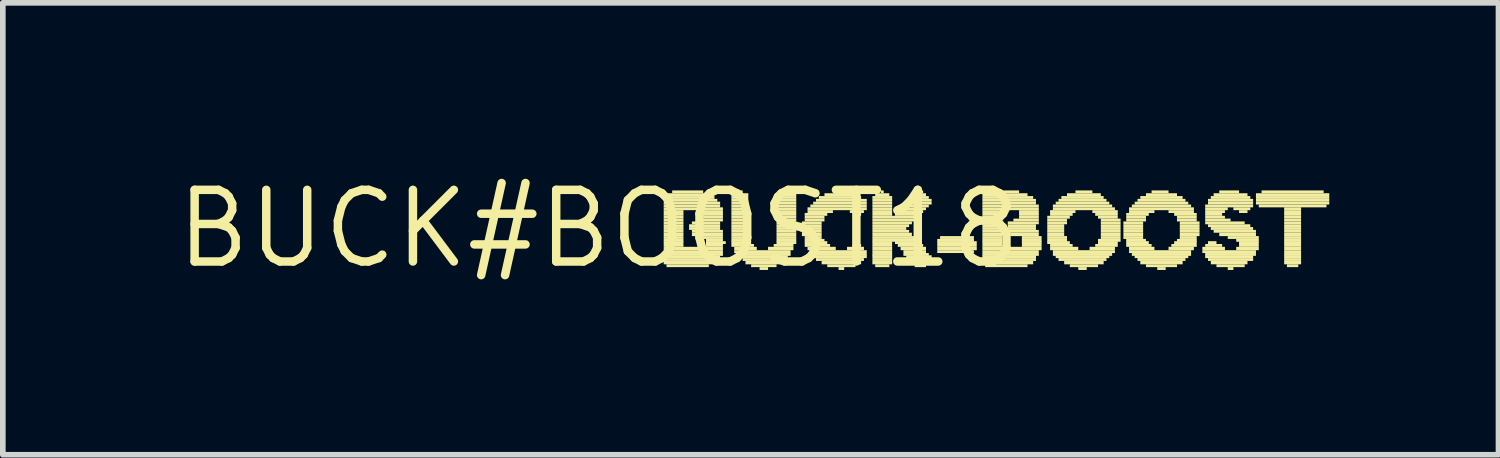
<source format=kicad_pcb>
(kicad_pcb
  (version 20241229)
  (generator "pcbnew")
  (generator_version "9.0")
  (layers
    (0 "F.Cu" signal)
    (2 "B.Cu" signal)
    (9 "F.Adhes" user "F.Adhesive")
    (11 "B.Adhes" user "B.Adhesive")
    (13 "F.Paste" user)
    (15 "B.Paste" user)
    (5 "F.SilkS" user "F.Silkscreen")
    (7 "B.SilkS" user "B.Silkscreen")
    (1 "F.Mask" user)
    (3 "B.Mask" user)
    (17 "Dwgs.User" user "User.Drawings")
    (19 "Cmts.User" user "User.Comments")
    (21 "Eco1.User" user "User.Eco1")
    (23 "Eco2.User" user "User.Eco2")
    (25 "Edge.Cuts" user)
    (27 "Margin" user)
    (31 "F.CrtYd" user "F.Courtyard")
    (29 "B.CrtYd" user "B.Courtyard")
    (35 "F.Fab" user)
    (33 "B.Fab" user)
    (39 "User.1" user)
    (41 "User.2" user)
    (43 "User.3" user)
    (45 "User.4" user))
  (footprint "BUCK#BOOST18"
    (layer "F.Cu")
    (at 7.567 1.006)
    (property "Reference" "BUCK#BOOST18" (at 0 0 0) (layer "F.SilkS") (effects (font (size 1.27 1.27) (thickness 0.15))))
    (fp_poly (pts (xy 1.15 -0.53) (xy 2.05 -0.53) (xy 2.05 -0.58) (xy 1.15 -0.58)) (stroke (width 0) (type solid)) (fill yes) (layer "F.SilkS"))
    (fp_poly (pts (xy 1.15 -0.48) (xy 2.1 -0.48) (xy 2.1 -0.53) (xy 1.15 -0.53)) (stroke (width 0) (type solid)) (fill yes) (layer "F.SilkS"))
    (fp_poly (pts (xy 1.15 -0.43) (xy 2.15 -0.43) (xy 2.15 -0.48) (xy 1.15 -0.48)) (stroke (width 0) (type solid)) (fill yes) (layer "F.SilkS"))
    (fp_poly (pts (xy 1.15 -0.38) (xy 2.15 -0.38) (xy 2.15 -0.43) (xy 1.15 -0.43)) (stroke (width 0) (type solid)) (fill yes) (layer "F.SilkS"))
    (fp_poly (pts (xy 1.15 -0.33) (xy 2.2 -0.33) (xy 2.2 -0.38) (xy 1.15 -0.38)) (stroke (width 0) (type solid)) (fill yes) (layer "F.SilkS"))
    (fp_poly (pts (xy 1.15 -0.28) (xy 1.5 -0.28) (xy 1.5 -0.33) (xy 1.15 -0.33)) (stroke (width 0) (type solid)) (fill yes) (layer "F.SilkS"))
    (fp_poly (pts (xy 1.15 -0.23) (xy 1.5 -0.23) (xy 1.5 -0.28) (xy 1.15 -0.28)) (stroke (width 0) (type solid)) (fill yes) (layer "F.SilkS"))
    (fp_poly (pts (xy 1.15 -0.18) (xy 1.5 -0.18) (xy 1.5 -0.23) (xy 1.15 -0.23)) (stroke (width 0) (type solid)) (fill yes) (layer "F.SilkS"))
    (fp_poly (pts (xy 1.15 -0.13) (xy 1.5 -0.13) (xy 1.5 -0.18) (xy 1.15 -0.18)) (stroke (width 0) (type solid)) (fill yes) (layer "F.SilkS"))
    (fp_poly (pts (xy 1.15 -0.08) (xy 1.5 -0.08) (xy 1.5 -0.13) (xy 1.15 -0.13)) (stroke (width 0) (type solid)) (fill yes) (layer "F.SilkS"))
    (fp_poly (pts (xy 1.15 -0.03) (xy 1.5 -0.03) (xy 1.5 -0.08) (xy 1.15 -0.08)) (stroke (width 0) (type solid)) (fill yes) (layer "F.SilkS"))
    (fp_poly (pts (xy 1.15 0.02) (xy 1.5 0.02) (xy 1.5 -0.03) (xy 1.15 -0.03)) (stroke (width 0) (type solid)) (fill yes) (layer "F.SilkS"))
    (fp_poly (pts (xy 1.15 0.07) (xy 1.5 0.07) (xy 1.5 0.02) (xy 1.15 0.02)) (stroke (width 0) (type solid)) (fill yes) (layer "F.SilkS"))
    (fp_poly (pts (xy 1.15 0.13) (xy 1.5 0.13) (xy 1.5 0.07) (xy 1.15 0.07)) (stroke (width 0) (type solid)) (fill yes) (layer "F.SilkS"))
    (fp_poly (pts (xy 1.15 0.18) (xy 1.5 0.18) (xy 1.5 0.13) (xy 1.15 0.13)) (stroke (width 0) (type solid)) (fill yes) (layer "F.SilkS"))
    (fp_poly (pts (xy 1.15 0.23) (xy 1.5 0.23) (xy 1.5 0.18) (xy 1.15 0.18)) (stroke (width 0) (type solid)) (fill yes) (layer "F.SilkS"))
    (fp_poly (pts (xy 1.15 0.27) (xy 1.5 0.27) (xy 1.5 0.22) (xy 1.15 0.22)) (stroke (width 0) (type solid)) (fill yes) (layer "F.SilkS"))
    (fp_poly (pts (xy 1.15 0.32) (xy 1.5 0.32) (xy 1.5 0.27) (xy 1.15 0.27)) (stroke (width 0) (type solid)) (fill yes) (layer "F.SilkS"))
    (fp_poly (pts (xy 1.15 0.38) (xy 2.2 0.38) (xy 2.2 0.32) (xy 1.15 0.32)) (stroke (width 0) (type solid)) (fill yes) (layer "F.SilkS"))
    (fp_poly (pts (xy 1.15 0.43) (xy 2.2 0.43) (xy 2.2 0.38) (xy 1.15 0.38)) (stroke (width 0) (type solid)) (fill yes) (layer "F.SilkS"))
    (fp_poly (pts (xy 1.15 0.48) (xy 2.2 0.48) (xy 2.2 0.43) (xy 1.15 0.43)) (stroke (width 0) (type solid)) (fill yes) (layer "F.SilkS"))
    (fp_poly (pts (xy 1.15 0.52) (xy 2.15 0.52) (xy 2.15 0.47) (xy 1.15 0.47)) (stroke (width 0) (type solid)) (fill yes) (layer "F.SilkS"))
    (fp_poly (pts (xy 1.15 0.57) (xy 2.1 0.57) (xy 2.1 0.52) (xy 1.15 0.52)) (stroke (width 0) (type solid)) (fill yes) (layer "F.SilkS"))
    (fp_poly (pts (xy 1.15 0.63) (xy 2.05 0.63) (xy 2.05 0.57) (xy 1.15 0.57)) (stroke (width 0) (type solid)) (fill yes) (layer "F.SilkS"))
    (fp_poly (pts (xy 1.2 -0.58) (xy 2 -0.58) (xy 2 -0.63) (xy 1.2 -0.63)) (stroke (width 0) (type solid)) (fill yes) (layer "F.SilkS"))
    (fp_poly (pts (xy 1.2 0.68) (xy 1.95 0.68) (xy 1.95 0.63) (xy 1.2 0.63)) (stroke (width 0) (type solid)) (fill yes) (layer "F.SilkS"))
    (fp_poly (pts (xy 1.3 -0.63) (xy 1.85 -0.63) (xy 1.85 -0.68) (xy 1.3 -0.68)) (stroke (width 0) (type solid)) (fill yes) (layer "F.SilkS"))
    (fp_poly (pts (xy 1.6 -0.03) (xy 2.15 -0.03) (xy 2.15 -0.08) (xy 1.6 -0.08)) (stroke (width 0) (type solid)) (fill yes) (layer "F.SilkS"))
    (fp_poly (pts (xy 1.6 0.02) (xy 2.15 0.02) (xy 2.15 -0.03) (xy 1.6 -0.03)) (stroke (width 0) (type solid)) (fill yes) (layer "F.SilkS"))
    (fp_poly (pts (xy 1.65 -0.08) (xy 2.15 -0.08) (xy 2.15 -0.13) (xy 1.65 -0.13)) (stroke (width 0) (type solid)) (fill yes) (layer "F.SilkS"))
    (fp_poly (pts (xy 1.65 0.07) (xy 2.2 0.07) (xy 2.2 0.02) (xy 1.65 0.02)) (stroke (width 0) (type solid)) (fill yes) (layer "F.SilkS"))
    (fp_poly (pts (xy 1.65 0.13) (xy 2.2 0.13) (xy 2.2 0.07) (xy 1.65 0.07)) (stroke (width 0) (type solid)) (fill yes) (layer "F.SilkS"))
    (fp_poly (pts (xy 1.75 -0.13) (xy 2.2 -0.13) (xy 2.2 -0.18) (xy 1.75 -0.18)) (stroke (width 0) (type solid)) (fill yes) (layer "F.SilkS"))
    (fp_poly (pts (xy 1.85 -0.28) (xy 2.2 -0.28) (xy 2.2 -0.33) (xy 1.85 -0.33)) (stroke (width 0) (type solid)) (fill yes) (layer "F.SilkS"))
    (fp_poly (pts (xy 1.85 -0.23) (xy 2.2 -0.23) (xy 2.2 -0.28) (xy 1.85 -0.28)) (stroke (width 0) (type solid)) (fill yes) (layer "F.SilkS"))
    (fp_poly (pts (xy 1.85 -0.18) (xy 2.2 -0.18) (xy 2.2 -0.23) (xy 1.85 -0.23)) (stroke (width 0) (type solid)) (fill yes) (layer "F.SilkS"))
    (fp_poly (pts (xy 1.85 0.18) (xy 2.2 0.18) (xy 2.2 0.13) (xy 1.85 0.13)) (stroke (width 0) (type solid)) (fill yes) (layer "F.SilkS"))
    (fp_poly (pts (xy 1.9 0.23) (xy 2.2 0.23) (xy 2.2 0.18) (xy 1.9 0.18)) (stroke (width 0) (type solid)) (fill yes) (layer "F.SilkS"))
    (fp_poly (pts (xy 1.9 0.27) (xy 2.25 0.27) (xy 2.25 0.22) (xy 1.9 0.22)) (stroke (width 0) (type solid)) (fill yes) (layer "F.SilkS"))
    (fp_poly (pts (xy 1.9 0.32) (xy 2.2 0.32) (xy 2.2 0.27) (xy 1.9 0.27)) (stroke (width 0) (type solid)) (fill yes) (layer "F.SilkS"))
    (fp_poly (pts (xy 2.35 -0.58) (xy 2.65 -0.58) (xy 2.65 -0.63) (xy 2.35 -0.63)) (stroke (width 0) (type solid)) (fill yes) (layer "F.SilkS"))
    (fp_poly (pts (xy 2.35 -0.53) (xy 2.65 -0.53) (xy 2.65 -0.58) (xy 2.35 -0.58)) (stroke (width 0) (type solid)) (fill yes) (layer "F.SilkS"))
    (fp_poly (pts (xy 2.35 -0.48) (xy 2.65 -0.48) (xy 2.65 -0.53) (xy 2.35 -0.53)) (stroke (width 0) (type solid)) (fill yes) (layer "F.SilkS"))
    (fp_poly (pts (xy 2.35 -0.43) (xy 2.65 -0.43) (xy 2.65 -0.48) (xy 2.35 -0.48)) (stroke (width 0) (type solid)) (fill yes) (layer "F.SilkS"))
    (fp_poly (pts (xy 2.35 -0.38) (xy 2.65 -0.38) (xy 2.65 -0.43) (xy 2.35 -0.43)) (stroke (width 0) (type solid)) (fill yes) (layer "F.SilkS"))
    (fp_poly (pts (xy 2.35 -0.33) (xy 2.65 -0.33) (xy 2.65 -0.38) (xy 2.35 -0.38)) (stroke (width 0) (type solid)) (fill yes) (layer "F.SilkS"))
    (fp_poly (pts (xy 2.35 -0.28) (xy 2.65 -0.28) (xy 2.65 -0.33) (xy 2.35 -0.33)) (stroke (width 0) (type solid)) (fill yes) (layer "F.SilkS"))
    (fp_poly (pts (xy 2.35 -0.23) (xy 2.65 -0.23) (xy 2.65 -0.28) (xy 2.35 -0.28)) (stroke (width 0) (type solid)) (fill yes) (layer "F.SilkS"))
    (fp_poly (pts (xy 2.35 -0.18) (xy 2.65 -0.18) (xy 2.65 -0.23) (xy 2.35 -0.23)) (stroke (width 0) (type solid)) (fill yes) (layer "F.SilkS"))
    (fp_poly (pts (xy 2.35 -0.13) (xy 2.65 -0.13) (xy 2.65 -0.18) (xy 2.35 -0.18)) (stroke (width 0) (type solid)) (fill yes) (layer "F.SilkS"))
    (fp_poly (pts (xy 2.35 -0.08) (xy 2.65 -0.08) (xy 2.65 -0.13) (xy 2.35 -0.13)) (stroke (width 0) (type solid)) (fill yes) (layer "F.SilkS"))
    (fp_poly (pts (xy 2.35 -0.03) (xy 2.65 -0.03) (xy 2.65 -0.08) (xy 2.35 -0.08)) (stroke (width 0) (type solid)) (fill yes) (layer "F.SilkS"))
    (fp_poly (pts (xy 2.35 0.02) (xy 2.65 0.02) (xy 2.65 -0.03) (xy 2.35 -0.03)) (stroke (width 0) (type solid)) (fill yes) (layer "F.SilkS"))
    (fp_poly (pts (xy 2.35 0.07) (xy 2.65 0.07) (xy 2.65 0.02) (xy 2.35 0.02)) (stroke (width 0) (type solid)) (fill yes) (layer "F.SilkS"))
    (fp_poly (pts (xy 2.35 0.13) (xy 2.65 0.13) (xy 2.65 0.07) (xy 2.35 0.07)) (stroke (width 0) (type solid)) (fill yes) (layer "F.SilkS"))
    (fp_poly (pts (xy 2.35 0.18) (xy 2.7 0.18) (xy 2.7 0.13) (xy 2.35 0.13)) (stroke (width 0) (type solid)) (fill yes) (layer "F.SilkS"))
    (fp_poly (pts (xy 2.35 0.23) (xy 2.7 0.23) (xy 2.7 0.18) (xy 2.35 0.18)) (stroke (width 0) (type solid)) (fill yes) (layer "F.SilkS"))
    (fp_poly (pts (xy 2.35 0.27) (xy 2.7 0.27) (xy 2.7 0.22) (xy 2.35 0.22)) (stroke (width 0) (type solid)) (fill yes) (layer "F.SilkS"))
    (fp_poly (pts (xy 2.35 0.32) (xy 2.75 0.32) (xy 2.75 0.27) (xy 2.35 0.27)) (stroke (width 0) (type solid)) (fill yes) (layer "F.SilkS"))
    (fp_poly (pts (xy 2.4 0.38) (xy 2.8 0.38) (xy 2.8 0.32) (xy 2.4 0.32)) (stroke (width 0) (type solid)) (fill yes) (layer "F.SilkS"))
    (fp_poly (pts (xy 2.4 0.43) (xy 3.4 0.43) (xy 3.4 0.38) (xy 2.4 0.38)) (stroke (width 0) (type solid)) (fill yes) (layer "F.SilkS"))
    (fp_poly (pts (xy 2.45 -0.63) (xy 2.55 -0.63) (xy 2.55 -0.68) (xy 2.45 -0.68)) (stroke (width 0) (type solid)) (fill yes) (layer "F.SilkS"))
    (fp_poly (pts (xy 2.45 0.48) (xy 3.4 0.48) (xy 3.4 0.43) (xy 2.45 0.43)) (stroke (width 0) (type solid)) (fill yes) (layer "F.SilkS"))
    (fp_poly (pts (xy 2.5 0.52) (xy 3.35 0.52) (xy 3.35 0.47) (xy 2.5 0.47)) (stroke (width 0) (type solid)) (fill yes) (layer "F.SilkS"))
    (fp_poly (pts (xy 2.55 0.57) (xy 3.3 0.57) (xy 3.3 0.52) (xy 2.55 0.52)) (stroke (width 0) (type solid)) (fill yes) (layer "F.SilkS"))
    (fp_poly (pts (xy 2.6 0.63) (xy 3.25 0.63) (xy 3.25 0.57) (xy 2.6 0.57)) (stroke (width 0) (type solid)) (fill yes) (layer "F.SilkS"))
    (fp_poly (pts (xy 2.7 0.68) (xy 3.15 0.68) (xy 3.15 0.63) (xy 2.7 0.63)) (stroke (width 0) (type solid)) (fill yes) (layer "F.SilkS"))
    (fp_poly (pts (xy 2.85 0.73) (xy 3 0.73) (xy 3 0.68) (xy 2.85 0.68)) (stroke (width 0) (type solid)) (fill yes) (layer "F.SilkS"))
    (fp_poly (pts (xy 3 0.38) (xy 3.45 0.38) (xy 3.45 0.32) (xy 3 0.32)) (stroke (width 0) (type solid)) (fill yes) (layer "F.SilkS"))
    (fp_poly (pts (xy 3.1 0.32) (xy 3.45 0.32) (xy 3.45 0.27) (xy 3.1 0.27)) (stroke (width 0) (type solid)) (fill yes) (layer "F.SilkS"))
    (fp_poly (pts (xy 3.15 -0.48) (xy 3.5 -0.48) (xy 3.5 -0.53) (xy 3.15 -0.53)) (stroke (width 0) (type solid)) (fill yes) (layer "F.SilkS"))
    (fp_poly (pts (xy 3.15 -0.43) (xy 3.5 -0.43) (xy 3.5 -0.48) (xy 3.15 -0.48)) (stroke (width 0) (type solid)) (fill yes) (layer "F.SilkS"))
    (fp_poly (pts (xy 3.15 -0.38) (xy 3.5 -0.38) (xy 3.5 -0.43) (xy 3.15 -0.43)) (stroke (width 0) (type solid)) (fill yes) (layer "F.SilkS"))
    (fp_poly (pts (xy 3.15 -0.33) (xy 3.5 -0.33) (xy 3.5 -0.38) (xy 3.15 -0.38)) (stroke (width 0) (type solid)) (fill yes) (layer "F.SilkS"))
    (fp_poly (pts (xy 3.15 -0.28) (xy 3.5 -0.28) (xy 3.5 -0.33) (xy 3.15 -0.33)) (stroke (width 0) (type solid)) (fill yes) (layer "F.SilkS"))
    (fp_poly (pts (xy 3.15 -0.23) (xy 3.5 -0.23) (xy 3.5 -0.28) (xy 3.15 -0.28)) (stroke (width 0) (type solid)) (fill yes) (layer "F.SilkS"))
    (fp_poly (pts (xy 3.15 -0.18) (xy 3.5 -0.18) (xy 3.5 -0.23) (xy 3.15 -0.23)) (stroke (width 0) (type solid)) (fill yes) (layer "F.SilkS"))
    (fp_poly (pts (xy 3.15 -0.13) (xy 3.5 -0.13) (xy 3.5 -0.18) (xy 3.15 -0.18)) (stroke (width 0) (type solid)) (fill yes) (layer "F.SilkS"))
    (fp_poly (pts (xy 3.15 -0.08) (xy 3.5 -0.08) (xy 3.5 -0.13) (xy 3.15 -0.13)) (stroke (width 0) (type solid)) (fill yes) (layer "F.SilkS"))
    (fp_poly (pts (xy 3.15 -0.03) (xy 3.5 -0.03) (xy 3.5 -0.08) (xy 3.15 -0.08)) (stroke (width 0) (type solid)) (fill yes) (layer "F.SilkS"))
    (fp_poly (pts (xy 3.15 0.02) (xy 3.5 0.02) (xy 3.5 -0.03) (xy 3.15 -0.03)) (stroke (width 0) (type solid)) (fill yes) (layer "F.SilkS"))
    (fp_poly (pts (xy 3.15 0.07) (xy 3.5 0.07) (xy 3.5 0.02) (xy 3.15 0.02)) (stroke (width 0) (type solid)) (fill yes) (layer "F.SilkS"))
    (fp_poly (pts (xy 3.15 0.13) (xy 3.5 0.13) (xy 3.5 0.07) (xy 3.15 0.07)) (stroke (width 0) (type solid)) (fill yes) (layer "F.SilkS"))
    (fp_poly (pts (xy 3.15 0.18) (xy 3.5 0.18) (xy 3.5 0.13) (xy 3.15 0.13)) (stroke (width 0) (type solid)) (fill yes) (layer "F.SilkS"))
    (fp_poly (pts (xy 3.15 0.23) (xy 3.5 0.23) (xy 3.5 0.18) (xy 3.15 0.18)) (stroke (width 0) (type solid)) (fill yes) (layer "F.SilkS"))
    (fp_poly (pts (xy 3.15 0.27) (xy 3.5 0.27) (xy 3.5 0.22) (xy 3.15 0.22)) (stroke (width 0) (type solid)) (fill yes) (layer "F.SilkS"))
    (fp_poly (pts (xy 3.2 -0.58) (xy 3.5 -0.58) (xy 3.5 -0.63) (xy 3.2 -0.63)) (stroke (width 0) (type solid)) (fill yes) (layer "F.SilkS"))
    (fp_poly (pts (xy 3.2 -0.53) (xy 3.5 -0.53) (xy 3.5 -0.58) (xy 3.2 -0.58)) (stroke (width 0) (type solid)) (fill yes) (layer "F.SilkS"))
    (fp_poly (pts (xy 3.3 -0.63) (xy 3.4 -0.63) (xy 3.4 -0.68) (xy 3.3 -0.68)) (stroke (width 0) (type solid)) (fill yes) (layer "F.SilkS"))
    (fp_poly (pts (xy 3.6 -0.08) (xy 3.95 -0.08) (xy 3.95 -0.13) (xy 3.6 -0.13)) (stroke (width 0) (type solid)) (fill yes) (layer "F.SilkS"))
    (fp_poly (pts (xy 3.6 -0.03) (xy 3.95 -0.03) (xy 3.95 -0.08) (xy 3.6 -0.08)) (stroke (width 0) (type solid)) (fill yes) (layer "F.SilkS"))
    (fp_poly (pts (xy 3.6 0.02) (xy 3.95 0.02) (xy 3.95 -0.03) (xy 3.6 -0.03)) (stroke (width 0) (type solid)) (fill yes) (layer "F.SilkS"))
    (fp_poly (pts (xy 3.6 0.07) (xy 3.95 0.07) (xy 3.95 0.02) (xy 3.6 0.02)) (stroke (width 0) (type solid)) (fill yes) (layer "F.SilkS"))
    (fp_poly (pts (xy 3.6 0.13) (xy 3.95 0.13) (xy 3.95 0.07) (xy 3.6 0.07)) (stroke (width 0) (type solid)) (fill yes) (layer "F.SilkS"))
    (fp_poly (pts (xy 3.65 -0.23) (xy 4.05 -0.23) (xy 4.05 -0.28) (xy 3.65 -0.28)) (stroke (width 0) (type solid)) (fill yes) (layer "F.SilkS"))
    (fp_poly (pts (xy 3.65 -0.18) (xy 4 -0.18) (xy 4 -0.23) (xy 3.65 -0.23)) (stroke (width 0) (type solid)) (fill yes) (layer "F.SilkS"))
    (fp_poly (pts (xy 3.65 -0.13) (xy 4 -0.13) (xy 4 -0.18) (xy 3.65 -0.18)) (stroke (width 0) (type solid)) (fill yes) (layer "F.SilkS"))
    (fp_poly (pts (xy 3.65 0.18) (xy 3.95 0.18) (xy 3.95 0.13) (xy 3.65 0.13)) (stroke (width 0) (type solid)) (fill yes) (layer "F.SilkS"))
    (fp_poly (pts (xy 3.65 0.23) (xy 4 0.23) (xy 4 0.18) (xy 3.65 0.18)) (stroke (width 0) (type solid)) (fill yes) (layer "F.SilkS"))
    (fp_poly (pts (xy 3.65 0.27) (xy 4.05 0.27) (xy 4.05 0.22) (xy 3.65 0.22)) (stroke (width 0) (type solid)) (fill yes) (layer "F.SilkS"))
    (fp_poly (pts (xy 3.65 0.32) (xy 4.1 0.32) (xy 4.1 0.27) (xy 3.65 0.27)) (stroke (width 0) (type solid)) (fill yes) (layer "F.SilkS"))
    (fp_poly (pts (xy 3.7 -0.33) (xy 4.75 -0.33) (xy 4.75 -0.38) (xy 3.7 -0.38)) (stroke (width 0) (type solid)) (fill yes) (layer "F.SilkS"))
    (fp_poly (pts (xy 3.7 -0.28) (xy 4.15 -0.28) (xy 4.15 -0.33) (xy 3.7 -0.33)) (stroke (width 0) (type solid)) (fill yes) (layer "F.SilkS"))
    (fp_poly (pts (xy 3.7 0.38) (xy 4.2 0.38) (xy 4.2 0.32) (xy 3.7 0.32)) (stroke (width 0) (type solid)) (fill yes) (layer "F.SilkS"))
    (fp_poly (pts (xy 3.75 -0.38) (xy 4.75 -0.38) (xy 4.75 -0.43) (xy 3.75 -0.43)) (stroke (width 0) (type solid)) (fill yes) (layer "F.SilkS"))
    (fp_poly (pts (xy 3.75 0.43) (xy 4.75 0.43) (xy 4.75 0.38) (xy 3.75 0.38)) (stroke (width 0) (type solid)) (fill yes) (layer "F.SilkS"))
    (fp_poly (pts (xy 3.75 0.48) (xy 4.75 0.48) (xy 4.75 0.43) (xy 3.75 0.43)) (stroke (width 0) (type solid)) (fill yes) (layer "F.SilkS"))
    (fp_poly (pts (xy 3.8 -0.43) (xy 4.75 -0.43) (xy 4.75 -0.48) (xy 3.8 -0.48)) (stroke (width 0) (type solid)) (fill yes) (layer "F.SilkS"))
    (fp_poly (pts (xy 3.8 0.52) (xy 4.75 0.52) (xy 4.75 0.47) (xy 3.8 0.47)) (stroke (width 0) (type solid)) (fill yes) (layer "F.SilkS"))
    (fp_poly (pts (xy 3.85 -0.48) (xy 4.75 -0.48) (xy 4.75 -0.53) (xy 3.85 -0.53)) (stroke (width 0) (type solid)) (fill yes) (layer "F.SilkS"))
    (fp_poly (pts (xy 3.85 0.57) (xy 4.7 0.57) (xy 4.7 0.52) (xy 3.85 0.52)) (stroke (width 0) (type solid)) (fill yes) (layer "F.SilkS"))
    (fp_poly (pts (xy 3.9 -0.53) (xy 4.65 -0.53) (xy 4.65 -0.58) (xy 3.9 -0.58)) (stroke (width 0) (type solid)) (fill yes) (layer "F.SilkS"))
    (fp_poly (pts (xy 3.95 0.63) (xy 4.65 0.63) (xy 4.65 0.57) (xy 3.95 0.57)) (stroke (width 0) (type solid)) (fill yes) (layer "F.SilkS"))
    (fp_poly (pts (xy 4 -0.58) (xy 4.6 -0.58) (xy 4.6 -0.63) (xy 4 -0.63)) (stroke (width 0) (type solid)) (fill yes) (layer "F.SilkS"))
    (fp_poly (pts (xy 4.05 0.68) (xy 4.55 0.68) (xy 4.55 0.63) (xy 4.05 0.63)) (stroke (width 0) (type solid)) (fill yes) (layer "F.SilkS"))
    (fp_poly (pts (xy 4.2 -0.63) (xy 4.45 -0.63) (xy 4.45 -0.68) (xy 4.2 -0.68)) (stroke (width 0) (type solid)) (fill yes) (layer "F.SilkS"))
    (fp_poly (pts (xy 4.25 0.73) (xy 4.35 0.73) (xy 4.35 0.68) (xy 4.25 0.68)) (stroke (width 0) (type solid)) (fill yes) (layer "F.SilkS"))
    (fp_poly (pts (xy 4.4 0.38) (xy 4.7 0.38) (xy 4.7 0.32) (xy 4.4 0.32)) (stroke (width 0) (type solid)) (fill yes) (layer "F.SilkS"))
    (fp_poly (pts (xy 4.45 -0.28) (xy 4.7 -0.28) (xy 4.7 -0.33) (xy 4.45 -0.33)) (stroke (width 0) (type solid)) (fill yes) (layer "F.SilkS"))
    (fp_poly (pts (xy 4.5 0.32) (xy 4.65 0.32) (xy 4.65 0.27) (xy 4.5 0.27)) (stroke (width 0) (type solid)) (fill yes) (layer "F.SilkS"))
    (fp_poly (pts (xy 4.55 -0.23) (xy 4.65 -0.23) (xy 4.65 -0.28) (xy 4.55 -0.28)) (stroke (width 0) (type solid)) (fill yes) (layer "F.SilkS"))
    (fp_poly (pts (xy 4.85 -0.53) (xy 5.2 -0.53) (xy 5.2 -0.58) (xy 4.85 -0.58)) (stroke (width 0) (type solid)) (fill yes) (layer "F.SilkS"))
    (fp_poly (pts (xy 4.85 -0.48) (xy 5.2 -0.48) (xy 5.2 -0.53) (xy 4.85 -0.53)) (stroke (width 0) (type solid)) (fill yes) (layer "F.SilkS"))
    (fp_poly (pts (xy 4.85 -0.43) (xy 5.2 -0.43) (xy 5.2 -0.48) (xy 4.85 -0.48)) (stroke (width 0) (type solid)) (fill yes) (layer "F.SilkS"))
    (fp_poly (pts (xy 4.85 -0.38) (xy 5.2 -0.38) (xy 5.2 -0.43) (xy 4.85 -0.43)) (stroke (width 0) (type solid)) (fill yes) (layer "F.SilkS"))
    (fp_poly (pts (xy 4.85 -0.33) (xy 5.2 -0.33) (xy 5.2 -0.38) (xy 4.85 -0.38)) (stroke (width 0) (type solid)) (fill yes) (layer "F.SilkS"))
    (fp_poly (pts (xy 4.85 -0.28) (xy 5.2 -0.28) (xy 5.2 -0.33) (xy 4.85 -0.33)) (stroke (width 0) (type solid)) (fill yes) (layer "F.SilkS"))
    (fp_poly (pts (xy 4.85 -0.23) (xy 5.2 -0.23) (xy 5.2 -0.28) (xy 4.85 -0.28)) (stroke (width 0) (type solid)) (fill yes) (layer "F.SilkS"))
    (fp_poly (pts (xy 4.85 -0.18) (xy 5.65 -0.18) (xy 5.65 -0.23) (xy 4.85 -0.23)) (stroke (width 0) (type solid)) (fill yes) (layer "F.SilkS"))
    (fp_poly (pts (xy 4.85 -0.13) (xy 5.6 -0.13) (xy 5.6 -0.18) (xy 4.85 -0.18)) (stroke (width 0) (type solid)) (fill yes) (layer "F.SilkS"))
    (fp_poly (pts (xy 4.85 -0.08) (xy 5.55 -0.08) (xy 5.55 -0.13) (xy 4.85 -0.13)) (stroke (width 0) (type solid)) (fill yes) (layer "F.SilkS"))
    (fp_poly (pts (xy 4.85 -0.03) (xy 5.5 -0.03) (xy 5.5 -0.08) (xy 4.85 -0.08)) (stroke (width 0) (type solid)) (fill yes) (layer "F.SilkS"))
    (fp_poly (pts (xy 4.85 0.02) (xy 5.45 0.02) (xy 5.45 -0.03) (xy 4.85 -0.03)) (stroke (width 0) (type solid)) (fill yes) (layer "F.SilkS"))
    (fp_poly (pts (xy 4.85 0.07) (xy 5.5 0.07) (xy 5.5 0.02) (xy 4.85 0.02)) (stroke (width 0) (type solid)) (fill yes) (layer "F.SilkS"))
    (fp_poly (pts (xy 4.85 0.13) (xy 5.55 0.13) (xy 5.55 0.07) (xy 4.85 0.07)) (stroke (width 0) (type solid)) (fill yes) (layer "F.SilkS"))
    (fp_poly (pts (xy 4.85 0.18) (xy 5.6 0.18) (xy 5.6 0.13) (xy 4.85 0.13)) (stroke (width 0) (type solid)) (fill yes) (layer "F.SilkS"))
    (fp_poly (pts (xy 4.85 0.23) (xy 5.65 0.23) (xy 5.65 0.18) (xy 4.85 0.18)) (stroke (width 0) (type solid)) (fill yes) (layer "F.SilkS"))
    (fp_poly (pts (xy 4.85 0.27) (xy 5.2 0.27) (xy 5.2 0.22) (xy 4.85 0.22)) (stroke (width 0) (type solid)) (fill yes) (layer "F.SilkS"))
    (fp_poly (pts (xy 4.85 0.32) (xy 5.2 0.32) (xy 5.2 0.27) (xy 4.85 0.27)) (stroke (width 0) (type solid)) (fill yes) (layer "F.SilkS"))
    (fp_poly (pts (xy 4.85 0.38) (xy 5.2 0.38) (xy 5.2 0.32) (xy 4.85 0.32)) (stroke (width 0) (type solid)) (fill yes) (layer "F.SilkS"))
    (fp_poly (pts (xy 4.85 0.43) (xy 5.2 0.43) (xy 5.2 0.38) (xy 4.85 0.38)) (stroke (width 0) (type solid)) (fill yes) (layer "F.SilkS"))
    (fp_poly (pts (xy 4.85 0.48) (xy 5.2 0.48) (xy 5.2 0.43) (xy 4.85 0.43)) (stroke (width 0) (type solid)) (fill yes) (layer "F.SilkS"))
    (fp_poly (pts (xy 4.85 0.52) (xy 5.2 0.52) (xy 5.2 0.47) (xy 4.85 0.47)) (stroke (width 0) (type solid)) (fill yes) (layer "F.SilkS"))
    (fp_poly (pts (xy 4.85 0.57) (xy 5.2 0.57) (xy 5.2 0.52) (xy 4.85 0.52)) (stroke (width 0) (type solid)) (fill yes) (layer "F.SilkS"))
    (fp_poly (pts (xy 4.85 0.63) (xy 5.2 0.63) (xy 5.2 0.57) (xy 4.85 0.57)) (stroke (width 0) (type solid)) (fill yes) (layer "F.SilkS"))
    (fp_poly (pts (xy 4.9 -0.58) (xy 5.15 -0.58) (xy 5.15 -0.63) (xy 4.9 -0.63)) (stroke (width 0) (type solid)) (fill yes) (layer "F.SilkS"))
    (fp_poly (pts (xy 4.9 0.68) (xy 5.15 0.68) (xy 5.15 0.63) (xy 4.9 0.63)) (stroke (width 0) (type solid)) (fill yes) (layer "F.SilkS"))
    (fp_poly (pts (xy 5 -0.63) (xy 5.05 -0.63) (xy 5.05 -0.68) (xy 5 -0.68)) (stroke (width 0) (type solid)) (fill yes) (layer "F.SilkS"))
    (fp_poly (pts (xy 5.25 -0.23) (xy 5.7 -0.23) (xy 5.7 -0.28) (xy 5.25 -0.28)) (stroke (width 0) (type solid)) (fill yes) (layer "F.SilkS"))
    (fp_poly (pts (xy 5.25 0.27) (xy 5.7 0.27) (xy 5.7 0.22) (xy 5.25 0.22)) (stroke (width 0) (type solid)) (fill yes) (layer "F.SilkS"))
    (fp_poly (pts (xy 5.3 -0.28) (xy 5.75 -0.28) (xy 5.75 -0.33) (xy 5.3 -0.33)) (stroke (width 0) (type solid)) (fill yes) (layer "F.SilkS"))
    (fp_poly (pts (xy 5.3 0.32) (xy 5.75 0.32) (xy 5.75 0.27) (xy 5.3 0.27)) (stroke (width 0) (type solid)) (fill yes) (layer "F.SilkS"))
    (fp_poly (pts (xy 5.35 -0.33) (xy 5.8 -0.33) (xy 5.8 -0.38) (xy 5.35 -0.38)) (stroke (width 0) (type solid)) (fill yes) (layer "F.SilkS"))
    (fp_poly (pts (xy 5.35 0.38) (xy 5.8 0.38) (xy 5.8 0.32) (xy 5.35 0.32)) (stroke (width 0) (type solid)) (fill yes) (layer "F.SilkS"))
    (fp_poly (pts (xy 5.4 -0.38) (xy 5.85 -0.38) (xy 5.85 -0.43) (xy 5.4 -0.43)) (stroke (width 0) (type solid)) (fill yes) (layer "F.SilkS"))
    (fp_poly (pts (xy 5.4 0.43) (xy 5.8 0.43) (xy 5.8 0.38) (xy 5.4 0.38)) (stroke (width 0) (type solid)) (fill yes) (layer "F.SilkS"))
    (fp_poly (pts (xy 5.4 0.48) (xy 5.85 0.48) (xy 5.85 0.43) (xy 5.4 0.43)) (stroke (width 0) (type solid)) (fill yes) (layer "F.SilkS"))
    (fp_poly (pts (xy 5.45 -0.43) (xy 5.9 -0.43) (xy 5.9 -0.48) (xy 5.45 -0.48)) (stroke (width 0) (type solid)) (fill yes) (layer "F.SilkS"))
    (fp_poly (pts (xy 5.45 0.52) (xy 5.9 0.52) (xy 5.9 0.47) (xy 5.45 0.47)) (stroke (width 0) (type solid)) (fill yes) (layer "F.SilkS"))
    (fp_poly (pts (xy 5.5 -0.48) (xy 5.9 -0.48) (xy 5.9 -0.53) (xy 5.5 -0.53)) (stroke (width 0) (type solid)) (fill yes) (layer "F.SilkS"))
    (fp_poly (pts (xy 5.5 0.57) (xy 5.9 0.57) (xy 5.9 0.52) (xy 5.5 0.52)) (stroke (width 0) (type solid)) (fill yes) (layer "F.SilkS"))
    (fp_poly (pts (xy 5.55 -0.58) (xy 5.8 -0.58) (xy 5.8 -0.63) (xy 5.55 -0.63)) (stroke (width 0) (type solid)) (fill yes) (layer "F.SilkS"))
    (fp_poly (pts (xy 5.55 -0.53) (xy 5.85 -0.53) (xy 5.85 -0.58) (xy 5.55 -0.58)) (stroke (width 0) (type solid)) (fill yes) (layer "F.SilkS"))
    (fp_poly (pts (xy 5.55 0.63) (xy 5.85 0.63) (xy 5.85 0.57) (xy 5.55 0.57)) (stroke (width 0) (type solid)) (fill yes) (layer "F.SilkS"))
    (fp_poly (pts (xy 5.6 0.68) (xy 5.8 0.68) (xy 5.8 0.63) (xy 5.6 0.63)) (stroke (width 0) (type solid)) (fill yes) (layer "F.SilkS"))
    (fp_poly (pts (xy 5.65 -0.63) (xy 5.75 -0.63) (xy 5.75 -0.68) (xy 5.65 -0.68)) (stroke (width 0) (type solid)) (fill yes) (layer "F.SilkS"))
    (fp_poly (pts (xy 6 0.23) (xy 6.65 0.23) (xy 6.65 0.18) (xy 6 0.18)) (stroke (width 0) (type solid)) (fill yes) (layer "F.SilkS"))
    (fp_poly (pts (xy 6 0.27) (xy 6.7 0.27) (xy 6.7 0.22) (xy 6 0.22)) (stroke (width 0) (type solid)) (fill yes) (layer "F.SilkS"))
    (fp_poly (pts (xy 6 0.32) (xy 6.7 0.32) (xy 6.7 0.27) (xy 6 0.27)) (stroke (width 0) (type solid)) (fill yes) (layer "F.SilkS"))
    (fp_poly (pts (xy 6 0.38) (xy 6.7 0.38) (xy 6.7 0.32) (xy 6 0.32)) (stroke (width 0) (type solid)) (fill yes) (layer "F.SilkS"))
    (fp_poly (pts (xy 6 0.43) (xy 6.65 0.43) (xy 6.65 0.38) (xy 6 0.38)) (stroke (width 0) (type solid)) (fill yes) (layer "F.SilkS"))
    (fp_poly (pts (xy 6.05 0.18) (xy 6.65 0.18) (xy 6.65 0.13) (xy 6.05 0.13)) (stroke (width 0) (type solid)) (fill yes) (layer "F.SilkS"))
    (fp_poly (pts (xy 6.8 -0.58) (xy 7.6 -0.58) (xy 7.6 -0.63) (xy 6.8 -0.63)) (stroke (width 0) (type solid)) (fill yes) (layer "F.SilkS"))
    (fp_poly (pts (xy 6.8 -0.53) (xy 7.7 -0.53) (xy 7.7 -0.58) (xy 6.8 -0.58)) (stroke (width 0) (type solid)) (fill yes) (layer "F.SilkS"))
    (fp_poly (pts (xy 6.8 -0.48) (xy 7.75 -0.48) (xy 7.75 -0.53) (xy 6.8 -0.53)) (stroke (width 0) (type solid)) (fill yes) (layer "F.SilkS"))
    (fp_poly (pts (xy 6.8 -0.43) (xy 7.75 -0.43) (xy 7.75 -0.48) (xy 6.8 -0.48)) (stroke (width 0) (type solid)) (fill yes) (layer "F.SilkS"))
    (fp_poly (pts (xy 6.8 -0.38) (xy 7.8 -0.38) (xy 7.8 -0.43) (xy 6.8 -0.43)) (stroke (width 0) (type solid)) (fill yes) (layer "F.SilkS"))
    (fp_poly (pts (xy 6.8 -0.33) (xy 7.8 -0.33) (xy 7.8 -0.38) (xy 6.8 -0.38)) (stroke (width 0) (type solid)) (fill yes) (layer "F.SilkS"))
    (fp_poly (pts (xy 6.8 -0.28) (xy 7.15 -0.28) (xy 7.15 -0.33) (xy 6.8 -0.33)) (stroke (width 0) (type solid)) (fill yes) (layer "F.SilkS"))
    (fp_poly (pts (xy 6.8 -0.23) (xy 7.15 -0.23) (xy 7.15 -0.28) (xy 6.8 -0.28)) (stroke (width 0) (type solid)) (fill yes) (layer "F.SilkS"))
    (fp_poly (pts (xy 6.8 -0.18) (xy 7.15 -0.18) (xy 7.15 -0.23) (xy 6.8 -0.23)) (stroke (width 0) (type solid)) (fill yes) (layer "F.SilkS"))
    (fp_poly (pts (xy 6.8 -0.13) (xy 7.15 -0.13) (xy 7.15 -0.18) (xy 6.8 -0.18)) (stroke (width 0) (type solid)) (fill yes) (layer "F.SilkS"))
    (fp_poly (pts (xy 6.8 -0.08) (xy 7.15 -0.08) (xy 7.15 -0.13) (xy 6.8 -0.13)) (stroke (width 0) (type solid)) (fill yes) (layer "F.SilkS"))
    (fp_poly (pts (xy 6.8 -0.03) (xy 7.15 -0.03) (xy 7.15 -0.08) (xy 6.8 -0.08)) (stroke (width 0) (type solid)) (fill yes) (layer "F.SilkS"))
    (fp_poly (pts (xy 6.8 0.02) (xy 7.15 0.02) (xy 7.15 -0.03) (xy 6.8 -0.03)) (stroke (width 0) (type solid)) (fill yes) (layer "F.SilkS"))
    (fp_poly (pts (xy 6.8 0.07) (xy 7.15 0.07) (xy 7.15 0.02) (xy 6.8 0.02)) (stroke (width 0) (type solid)) (fill yes) (layer "F.SilkS"))
    (fp_poly (pts (xy 6.8 0.13) (xy 7.15 0.13) (xy 7.15 0.07) (xy 6.8 0.07)) (stroke (width 0) (type solid)) (fill yes) (layer "F.SilkS"))
    (fp_poly (pts (xy 6.8 0.18) (xy 7.15 0.18) (xy 7.15 0.13) (xy 6.8 0.13)) (stroke (width 0) (type solid)) (fill yes) (layer "F.SilkS"))
    (fp_poly (pts (xy 6.8 0.23) (xy 7.15 0.23) (xy 7.15 0.18) (xy 6.8 0.18)) (stroke (width 0) (type solid)) (fill yes) (layer "F.SilkS"))
    (fp_poly (pts (xy 6.8 0.27) (xy 7.15 0.27) (xy 7.15 0.22) (xy 6.8 0.22)) (stroke (width 0) (type solid)) (fill yes) (layer "F.SilkS"))
    (fp_poly (pts (xy 6.8 0.32) (xy 7.15 0.32) (xy 7.15 0.27) (xy 6.8 0.27)) (stroke (width 0) (type solid)) (fill yes) (layer "F.SilkS"))
    (fp_poly (pts (xy 6.8 0.38) (xy 7.85 0.38) (xy 7.85 0.32) (xy 6.8 0.32)) (stroke (width 0) (type solid)) (fill yes) (layer "F.SilkS"))
    (fp_poly (pts (xy 6.8 0.43) (xy 7.8 0.43) (xy 7.8 0.38) (xy 6.8 0.38)) (stroke (width 0) (type solid)) (fill yes) (layer "F.SilkS"))
    (fp_poly (pts (xy 6.8 0.48) (xy 7.8 0.48) (xy 7.8 0.43) (xy 6.8 0.43)) (stroke (width 0) (type solid)) (fill yes) (layer "F.SilkS"))
    (fp_poly (pts (xy 6.8 0.52) (xy 7.75 0.52) (xy 7.75 0.47) (xy 6.8 0.47)) (stroke (width 0) (type solid)) (fill yes) (layer "F.SilkS"))
    (fp_poly (pts (xy 6.8 0.57) (xy 7.75 0.57) (xy 7.75 0.52) (xy 6.8 0.52)) (stroke (width 0) (type solid)) (fill yes) (layer "F.SilkS"))
    (fp_poly (pts (xy 6.8 0.63) (xy 7.7 0.63) (xy 7.7 0.57) (xy 6.8 0.57)) (stroke (width 0) (type solid)) (fill yes) (layer "F.SilkS"))
    (fp_poly (pts (xy 6.85 0.68) (xy 7.6 0.68) (xy 7.6 0.63) (xy 6.85 0.63)) (stroke (width 0) (type solid)) (fill yes) (layer "F.SilkS"))
    (fp_poly (pts (xy 6.9 -0.63) (xy 7.45 -0.63) (xy 7.45 -0.68) (xy 6.9 -0.68)) (stroke (width 0) (type solid)) (fill yes) (layer "F.SilkS"))
    (fp_poly (pts (xy 7.25 -0.08) (xy 7.8 -0.08) (xy 7.8 -0.13) (xy 7.25 -0.13)) (stroke (width 0) (type solid)) (fill yes) (layer "F.SilkS"))
    (fp_poly (pts (xy 7.25 -0.03) (xy 7.75 -0.03) (xy 7.75 -0.08) (xy 7.25 -0.08)) (stroke (width 0) (type solid)) (fill yes) (layer "F.SilkS"))
    (fp_poly (pts (xy 7.25 0.02) (xy 7.75 0.02) (xy 7.75 -0.03) (xy 7.25 -0.03)) (stroke (width 0) (type solid)) (fill yes) (layer "F.SilkS"))
    (fp_poly (pts (xy 7.25 0.07) (xy 7.8 0.07) (xy 7.8 0.02) (xy 7.25 0.02)) (stroke (width 0) (type solid)) (fill yes) (layer "F.SilkS"))
    (fp_poly (pts (xy 7.3 0.13) (xy 7.8 0.13) (xy 7.8 0.07) (xy 7.3 0.07)) (stroke (width 0) (type solid)) (fill yes) (layer "F.SilkS"))
    (fp_poly (pts (xy 7.35 -0.13) (xy 7.8 -0.13) (xy 7.8 -0.18) (xy 7.35 -0.18)) (stroke (width 0) (type solid)) (fill yes) (layer "F.SilkS"))
    (fp_poly (pts (xy 7.45 -0.28) (xy 7.8 -0.28) (xy 7.8 -0.33) (xy 7.45 -0.33)) (stroke (width 0) (type solid)) (fill yes) (layer "F.SilkS"))
    (fp_poly (pts (xy 7.45 -0.23) (xy 7.8 -0.23) (xy 7.8 -0.28) (xy 7.45 -0.28)) (stroke (width 0) (type solid)) (fill yes) (layer "F.SilkS"))
    (fp_poly (pts (xy 7.45 -0.18) (xy 7.8 -0.18) (xy 7.8 -0.23) (xy 7.45 -0.23)) (stroke (width 0) (type solid)) (fill yes) (layer "F.SilkS"))
    (fp_poly (pts (xy 7.5 0.18) (xy 7.85 0.18) (xy 7.85 0.13) (xy 7.5 0.13)) (stroke (width 0) (type solid)) (fill yes) (layer "F.SilkS"))
    (fp_poly (pts (xy 7.5 0.23) (xy 7.85 0.23) (xy 7.85 0.18) (xy 7.5 0.18)) (stroke (width 0) (type solid)) (fill yes) (layer "F.SilkS"))
    (fp_poly (pts (xy 7.5 0.27) (xy 7.85 0.27) (xy 7.85 0.22) (xy 7.5 0.22)) (stroke (width 0) (type solid)) (fill yes) (layer "F.SilkS"))
    (fp_poly (pts (xy 7.5 0.32) (xy 7.85 0.32) (xy 7.85 0.27) (xy 7.5 0.27)) (stroke (width 0) (type solid)) (fill yes) (layer "F.SilkS"))
    (fp_poly (pts (xy 7.95 -0.18) (xy 8.35 -0.18) (xy 8.35 -0.23) (xy 7.95 -0.23)) (stroke (width 0) (type solid)) (fill yes) (layer "F.SilkS"))
    (fp_poly (pts (xy 7.95 -0.13) (xy 8.3 -0.13) (xy 8.3 -0.18) (xy 7.95 -0.18)) (stroke (width 0) (type solid)) (fill yes) (layer "F.SilkS"))
    (fp_poly (pts (xy 7.95 -0.08) (xy 8.3 -0.08) (xy 8.3 -0.13) (xy 7.95 -0.13)) (stroke (width 0) (type solid)) (fill yes) (layer "F.SilkS"))
    (fp_poly (pts (xy 7.95 -0.03) (xy 8.25 -0.03) (xy 8.25 -0.08) (xy 7.95 -0.08)) (stroke (width 0) (type solid)) (fill yes) (layer "F.SilkS"))
    (fp_poly (pts (xy 7.95 0.02) (xy 8.25 0.02) (xy 8.25 -0.03) (xy 7.95 -0.03)) (stroke (width 0) (type solid)) (fill yes) (layer "F.SilkS"))
    (fp_poly (pts (xy 7.95 0.07) (xy 8.25 0.07) (xy 8.25 0.02) (xy 7.95 0.02)) (stroke (width 0) (type solid)) (fill yes) (layer "F.SilkS"))
    (fp_poly (pts (xy 7.95 0.13) (xy 8.25 0.13) (xy 8.25 0.07) (xy 7.95 0.07)) (stroke (width 0) (type solid)) (fill yes) (layer "F.SilkS"))
    (fp_poly (pts (xy 7.95 0.18) (xy 8.3 0.18) (xy 8.3 0.13) (xy 7.95 0.13)) (stroke (width 0) (type solid)) (fill yes) (layer "F.SilkS"))
    (fp_poly (pts (xy 7.95 0.23) (xy 8.3 0.23) (xy 8.3 0.18) (xy 7.95 0.18)) (stroke (width 0) (type solid)) (fill yes) (layer "F.SilkS"))
    (fp_poly (pts (xy 7.95 0.27) (xy 8.35 0.27) (xy 8.35 0.22) (xy 7.95 0.22)) (stroke (width 0) (type solid)) (fill yes) (layer "F.SilkS"))
    (fp_poly (pts (xy 8 -0.28) (xy 8.45 -0.28) (xy 8.45 -0.33) (xy 8 -0.33)) (stroke (width 0) (type solid)) (fill yes) (layer "F.SilkS"))
    (fp_poly (pts (xy 8 -0.23) (xy 8.4 -0.23) (xy 8.4 -0.28) (xy 8 -0.28)) (stroke (width 0) (type solid)) (fill yes) (layer "F.SilkS"))
    (fp_poly (pts (xy 8 0.32) (xy 8.4 0.32) (xy 8.4 0.27) (xy 8 0.27)) (stroke (width 0) (type solid)) (fill yes) (layer "F.SilkS"))
    (fp_poly (pts (xy 8 0.38) (xy 8.5 0.38) (xy 8.5 0.32) (xy 8 0.32)) (stroke (width 0) (type solid)) (fill yes) (layer "F.SilkS"))
    (fp_poly (pts (xy 8.05 -0.38) (xy 9.1 -0.38) (xy 9.1 -0.43) (xy 8.05 -0.43)) (stroke (width 0) (type solid)) (fill yes) (layer "F.SilkS"))
    (fp_poly (pts (xy 8.05 -0.33) (xy 9.15 -0.33) (xy 9.15 -0.38) (xy 8.05 -0.38)) (stroke (width 0) (type solid)) (fill yes) (layer "F.SilkS"))
    (fp_poly (pts (xy 8.05 0.43) (xy 9.15 0.43) (xy 9.15 0.38) (xy 8.05 0.38)) (stroke (width 0) (type solid)) (fill yes) (layer "F.SilkS"))
    (fp_poly (pts (xy 8.05 0.48) (xy 9.1 0.48) (xy 9.1 0.43) (xy 8.05 0.43)) (stroke (width 0) (type solid)) (fill yes) (layer "F.SilkS"))
    (fp_poly (pts (xy 8.1 -0.43) (xy 9.05 -0.43) (xy 9.05 -0.48) (xy 8.1 -0.48)) (stroke (width 0) (type solid)) (fill yes) (layer "F.SilkS"))
    (fp_poly (pts (xy 8.1 0.52) (xy 9.05 0.52) (xy 9.05 0.47) (xy 8.1 0.47)) (stroke (width 0) (type solid)) (fill yes) (layer "F.SilkS"))
    (fp_poly (pts (xy 8.15 -0.48) (xy 9 -0.48) (xy 9 -0.53) (xy 8.15 -0.53)) (stroke (width 0) (type solid)) (fill yes) (layer "F.SilkS"))
    (fp_poly (pts (xy 8.15 0.57) (xy 9 0.57) (xy 9 0.52) (xy 8.15 0.52)) (stroke (width 0) (type solid)) (fill yes) (layer "F.SilkS"))
    (fp_poly (pts (xy 8.2 -0.53) (xy 8.95 -0.53) (xy 8.95 -0.58) (xy 8.2 -0.58)) (stroke (width 0) (type solid)) (fill yes) (layer "F.SilkS"))
    (fp_poly (pts (xy 8.25 0.63) (xy 8.95 0.63) (xy 8.95 0.57) (xy 8.25 0.57)) (stroke (width 0) (type solid)) (fill yes) (layer "F.SilkS"))
    (fp_poly (pts (xy 8.3 -0.58) (xy 8.9 -0.58) (xy 8.9 -0.63) (xy 8.3 -0.63)) (stroke (width 0) (type solid)) (fill yes) (layer "F.SilkS"))
    (fp_poly (pts (xy 8.35 0.68) (xy 8.85 0.68) (xy 8.85 0.63) (xy 8.35 0.63)) (stroke (width 0) (type solid)) (fill yes) (layer "F.SilkS"))
    (fp_poly (pts (xy 8.45 -0.63) (xy 8.75 -0.63) (xy 8.75 -0.68) (xy 8.45 -0.68)) (stroke (width 0) (type solid)) (fill yes) (layer "F.SilkS"))
    (fp_poly (pts (xy 8.5 0.73) (xy 8.65 0.73) (xy 8.65 0.68) (xy 8.5 0.68)) (stroke (width 0) (type solid)) (fill yes) (layer "F.SilkS"))
    (fp_poly (pts (xy 8.7 0.38) (xy 9.15 0.38) (xy 9.15 0.32) (xy 8.7 0.32)) (stroke (width 0) (type solid)) (fill yes) (layer "F.SilkS"))
    (fp_poly (pts (xy 8.75 -0.28) (xy 9.2 -0.28) (xy 9.2 -0.33) (xy 8.75 -0.33)) (stroke (width 0) (type solid)) (fill yes) (layer "F.SilkS"))
    (fp_poly (pts (xy 8.8 -0.23) (xy 9.2 -0.23) (xy 9.2 -0.28) (xy 8.8 -0.28)) (stroke (width 0) (type solid)) (fill yes) (layer "F.SilkS"))
    (fp_poly (pts (xy 8.8 0.32) (xy 9.2 0.32) (xy 9.2 0.27) (xy 8.8 0.27)) (stroke (width 0) (type solid)) (fill yes) (layer "F.SilkS"))
    (fp_poly (pts (xy 8.85 -0.18) (xy 9.2 -0.18) (xy 9.2 -0.23) (xy 8.85 -0.23)) (stroke (width 0) (type solid)) (fill yes) (layer "F.SilkS"))
    (fp_poly (pts (xy 8.85 0.23) (xy 9.25 0.23) (xy 9.25 0.18) (xy 8.85 0.18)) (stroke (width 0) (type solid)) (fill yes) (layer "F.SilkS"))
    (fp_poly (pts (xy 8.85 0.27) (xy 9.2 0.27) (xy 9.2 0.22) (xy 8.85 0.22)) (stroke (width 0) (type solid)) (fill yes) (layer "F.SilkS"))
    (fp_poly (pts (xy 8.9 -0.13) (xy 9.25 -0.13) (xy 9.25 -0.18) (xy 8.9 -0.18)) (stroke (width 0) (type solid)) (fill yes) (layer "F.SilkS"))
    (fp_poly (pts (xy 8.9 -0.08) (xy 9.25 -0.08) (xy 9.25 -0.13) (xy 8.9 -0.13)) (stroke (width 0) (type solid)) (fill yes) (layer "F.SilkS"))
    (fp_poly (pts (xy 8.9 -0.03) (xy 9.25 -0.03) (xy 9.25 -0.08) (xy 8.9 -0.08)) (stroke (width 0) (type solid)) (fill yes) (layer "F.SilkS"))
    (fp_poly (pts (xy 8.9 0.02) (xy 9.25 0.02) (xy 9.25 -0.03) (xy 8.9 -0.03)) (stroke (width 0) (type solid)) (fill yes) (layer "F.SilkS"))
    (fp_poly (pts (xy 8.9 0.07) (xy 9.25 0.07) (xy 9.25 0.02) (xy 8.9 0.02)) (stroke (width 0) (type solid)) (fill yes) (layer "F.SilkS"))
    (fp_poly (pts (xy 8.9 0.13) (xy 9.25 0.13) (xy 9.25 0.07) (xy 8.9 0.07)) (stroke (width 0) (type solid)) (fill yes) (layer "F.SilkS"))
    (fp_poly (pts (xy 8.9 0.18) (xy 9.25 0.18) (xy 9.25 0.13) (xy 8.9 0.13)) (stroke (width 0) (type solid)) (fill yes) (layer "F.SilkS"))
    (fp_poly (pts (xy 9.3 -0.08) (xy 9.65 -0.08) (xy 9.65 -0.13) (xy 9.3 -0.13)) (stroke (width 0) (type solid)) (fill yes) (layer "F.SilkS"))
    (fp_poly (pts (xy 9.3 -0.03) (xy 9.65 -0.03) (xy 9.65 -0.08) (xy 9.3 -0.08)) (stroke (width 0) (type solid)) (fill yes) (layer "F.SilkS"))
    (fp_poly (pts (xy 9.3 0.02) (xy 9.65 0.02) (xy 9.65 -0.03) (xy 9.3 -0.03)) (stroke (width 0) (type solid)) (fill yes) (layer "F.SilkS"))
    (fp_poly (pts (xy 9.3 0.07) (xy 9.65 0.07) (xy 9.65 0.02) (xy 9.3 0.02)) (stroke (width 0) (type solid)) (fill yes) (layer "F.SilkS"))
    (fp_poly (pts (xy 9.3 0.13) (xy 9.65 0.13) (xy 9.65 0.07) (xy 9.3 0.07)) (stroke (width 0) (type solid)) (fill yes) (layer "F.SilkS"))
    (fp_poly (pts (xy 9.3 0.18) (xy 9.65 0.18) (xy 9.65 0.13) (xy 9.3 0.13)) (stroke (width 0) (type solid)) (fill yes) (layer "F.SilkS"))
    (fp_poly (pts (xy 9.35 -0.23) (xy 9.75 -0.23) (xy 9.75 -0.28) (xy 9.35 -0.28)) (stroke (width 0) (type solid)) (fill yes) (layer "F.SilkS"))
    (fp_poly (pts (xy 9.35 -0.18) (xy 9.7 -0.18) (xy 9.7 -0.23) (xy 9.35 -0.23)) (stroke (width 0) (type solid)) (fill yes) (layer "F.SilkS"))
    (fp_poly (pts (xy 9.35 -0.13) (xy 9.7 -0.13) (xy 9.7 -0.18) (xy 9.35 -0.18)) (stroke (width 0) (type solid)) (fill yes) (layer "F.SilkS"))
    (fp_poly (pts (xy 9.35 0.23) (xy 9.7 0.23) (xy 9.7 0.18) (xy 9.35 0.18)) (stroke (width 0) (type solid)) (fill yes) (layer "F.SilkS"))
    (fp_poly (pts (xy 9.35 0.27) (xy 9.75 0.27) (xy 9.75 0.22) (xy 9.35 0.22)) (stroke (width 0) (type solid)) (fill yes) (layer "F.SilkS"))
    (fp_poly (pts (xy 9.35 0.32) (xy 9.8 0.32) (xy 9.8 0.27) (xy 9.35 0.27)) (stroke (width 0) (type solid)) (fill yes) (layer "F.SilkS"))
    (fp_poly (pts (xy 9.4 -0.33) (xy 10.55 -0.33) (xy 10.55 -0.38) (xy 9.4 -0.38)) (stroke (width 0) (type solid)) (fill yes) (layer "F.SilkS"))
    (fp_poly (pts (xy 9.4 -0.28) (xy 9.85 -0.28) (xy 9.85 -0.33) (xy 9.4 -0.33)) (stroke (width 0) (type solid)) (fill yes) (layer "F.SilkS"))
    (fp_poly (pts (xy 9.4 0.38) (xy 9.85 0.38) (xy 9.85 0.32) (xy 9.4 0.32)) (stroke (width 0) (type solid)) (fill yes) (layer "F.SilkS"))
    (fp_poly (pts (xy 9.4 0.43) (xy 10.5 0.43) (xy 10.5 0.38) (xy 9.4 0.38)) (stroke (width 0) (type solid)) (fill yes) (layer "F.SilkS"))
    (fp_poly (pts (xy 9.45 -0.38) (xy 10.5 -0.38) (xy 10.5 -0.43) (xy 9.45 -0.43)) (stroke (width 0) (type solid)) (fill yes) (layer "F.SilkS"))
    (fp_poly (pts (xy 9.45 0.48) (xy 10.5 0.48) (xy 10.5 0.43) (xy 9.45 0.43)) (stroke (width 0) (type solid)) (fill yes) (layer "F.SilkS"))
    (fp_poly (pts (xy 9.5 -0.43) (xy 10.45 -0.43) (xy 10.45 -0.48) (xy 9.5 -0.48)) (stroke (width 0) (type solid)) (fill yes) (layer "F.SilkS"))
    (fp_poly (pts (xy 9.5 0.52) (xy 10.45 0.52) (xy 10.45 0.47) (xy 9.5 0.47)) (stroke (width 0) (type solid)) (fill yes) (layer "F.SilkS"))
    (fp_poly (pts (xy 9.55 -0.48) (xy 10.4 -0.48) (xy 10.4 -0.53) (xy 9.55 -0.53)) (stroke (width 0) (type solid)) (fill yes) (layer "F.SilkS"))
    (fp_poly (pts (xy 9.55 0.57) (xy 10.4 0.57) (xy 10.4 0.52) (xy 9.55 0.52)) (stroke (width 0) (type solid)) (fill yes) (layer "F.SilkS"))
    (fp_poly (pts (xy 9.6 -0.53) (xy 10.35 -0.53) (xy 10.35 -0.58) (xy 9.6 -0.58)) (stroke (width 0) (type solid)) (fill yes) (layer "F.SilkS"))
    (fp_poly (pts (xy 9.6 0.63) (xy 10.35 0.63) (xy 10.35 0.57) (xy 9.6 0.57)) (stroke (width 0) (type solid)) (fill yes) (layer "F.SilkS"))
    (fp_poly (pts (xy 9.7 -0.58) (xy 10.25 -0.58) (xy 10.25 -0.63) (xy 9.7 -0.63)) (stroke (width 0) (type solid)) (fill yes) (layer "F.SilkS"))
    (fp_poly (pts (xy 9.7 0.68) (xy 10.25 0.68) (xy 10.25 0.63) (xy 9.7 0.63)) (stroke (width 0) (type solid)) (fill yes) (layer "F.SilkS"))
    (fp_poly (pts (xy 9.8 -0.63) (xy 10.1 -0.63) (xy 10.1 -0.68) (xy 9.8 -0.68)) (stroke (width 0) (type solid)) (fill yes) (layer "F.SilkS"))
    (fp_poly (pts (xy 9.9 0.73) (xy 10.05 0.73) (xy 10.05 0.68) (xy 9.9 0.68)) (stroke (width 0) (type solid)) (fill yes) (layer "F.SilkS"))
    (fp_poly (pts (xy 10.1 -0.28) (xy 10.55 -0.28) (xy 10.55 -0.33) (xy 10.1 -0.33)) (stroke (width 0) (type solid)) (fill yes) (layer "F.SilkS"))
    (fp_poly (pts (xy 10.1 0.38) (xy 10.55 0.38) (xy 10.55 0.32) (xy 10.1 0.32)) (stroke (width 0) (type solid)) (fill yes) (layer "F.SilkS"))
    (fp_poly (pts (xy 10.15 0.32) (xy 10.6 0.32) (xy 10.6 0.27) (xy 10.15 0.27)) (stroke (width 0) (type solid)) (fill yes) (layer "F.SilkS"))
    (fp_poly (pts (xy 10.2 -0.23) (xy 10.6 -0.23) (xy 10.6 -0.28) (xy 10.2 -0.28)) (stroke (width 0) (type solid)) (fill yes) (layer "F.SilkS"))
    (fp_poly (pts (xy 10.2 0.27) (xy 10.6 0.27) (xy 10.6 0.22) (xy 10.2 0.22)) (stroke (width 0) (type solid)) (fill yes) (layer "F.SilkS"))
    (fp_poly (pts (xy 10.25 -0.18) (xy 10.6 -0.18) (xy 10.6 -0.23) (xy 10.25 -0.23)) (stroke (width 0) (type solid)) (fill yes) (layer "F.SilkS"))
    (fp_poly (pts (xy 10.25 -0.13) (xy 10.6 -0.13) (xy 10.6 -0.18) (xy 10.25 -0.18)) (stroke (width 0) (type solid)) (fill yes) (layer "F.SilkS"))
    (fp_poly (pts (xy 10.25 0.23) (xy 10.6 0.23) (xy 10.6 0.18) (xy 10.25 0.18)) (stroke (width 0) (type solid)) (fill yes) (layer "F.SilkS"))
    (fp_poly (pts (xy 10.3 -0.08) (xy 10.65 -0.08) (xy 10.65 -0.13) (xy 10.3 -0.13)) (stroke (width 0) (type solid)) (fill yes) (layer "F.SilkS"))
    (fp_poly (pts (xy 10.3 -0.03) (xy 10.65 -0.03) (xy 10.65 -0.08) (xy 10.3 -0.08)) (stroke (width 0) (type solid)) (fill yes) (layer "F.SilkS"))
    (fp_poly (pts (xy 10.3 0.02) (xy 10.65 0.02) (xy 10.65 -0.03) (xy 10.3 -0.03)) (stroke (width 0) (type solid)) (fill yes) (layer "F.SilkS"))
    (fp_poly (pts (xy 10.3 0.07) (xy 10.65 0.07) (xy 10.65 0.02) (xy 10.3 0.02)) (stroke (width 0) (type solid)) (fill yes) (layer "F.SilkS"))
    (fp_poly (pts (xy 10.3 0.13) (xy 10.65 0.13) (xy 10.65 0.07) (xy 10.3 0.07)) (stroke (width 0) (type solid)) (fill yes) (layer "F.SilkS"))
    (fp_poly (pts (xy 10.3 0.18) (xy 10.6 0.18) (xy 10.6 0.13) (xy 10.3 0.13)) (stroke (width 0) (type solid)) (fill yes) (layer "F.SilkS"))
    (fp_poly (pts (xy 10.7 0.38) (xy 11.1 0.38) (xy 11.1 0.32) (xy 10.7 0.32)) (stroke (width 0) (type solid)) (fill yes) (layer "F.SilkS"))
    (fp_poly (pts (xy 10.7 0.43) (xy 11.65 0.43) (xy 11.65 0.38) (xy 10.7 0.38)) (stroke (width 0) (type solid)) (fill yes) (layer "F.SilkS"))
    (fp_poly (pts (xy 10.75 -0.38) (xy 11.6 -0.38) (xy 11.6 -0.43) (xy 10.75 -0.43)) (stroke (width 0) (type solid)) (fill yes) (layer "F.SilkS"))
    (fp_poly (pts (xy 10.75 -0.33) (xy 11.15 -0.33) (xy 11.15 -0.38) (xy 10.75 -0.38)) (stroke (width 0) (type solid)) (fill yes) (layer "F.SilkS"))
    (fp_poly (pts (xy 10.75 -0.28) (xy 11.1 -0.28) (xy 11.1 -0.33) (xy 10.75 -0.33)) (stroke (width 0) (type solid)) (fill yes) (layer "F.SilkS"))
    (fp_poly (pts (xy 10.75 -0.23) (xy 11.05 -0.23) (xy 11.05 -0.28) (xy 10.75 -0.28)) (stroke (width 0) (type solid)) (fill yes) (layer "F.SilkS"))
    (fp_poly (pts (xy 10.75 -0.18) (xy 11.1 -0.18) (xy 11.1 -0.23) (xy 10.75 -0.23)) (stroke (width 0) (type solid)) (fill yes) (layer "F.SilkS"))
    (fp_poly (pts (xy 10.75 -0.13) (xy 11.2 -0.13) (xy 11.2 -0.18) (xy 10.75 -0.18)) (stroke (width 0) (type solid)) (fill yes) (layer "F.SilkS"))
    (fp_poly (pts (xy 10.75 -0.08) (xy 11.45 -0.08) (xy 11.45 -0.13) (xy 10.75 -0.13)) (stroke (width 0) (type solid)) (fill yes) (layer "F.SilkS"))
    (fp_poly (pts (xy 10.75 0.32) (xy 11.05 0.32) (xy 11.05 0.27) (xy 10.75 0.27)) (stroke (width 0) (type solid)) (fill yes) (layer "F.SilkS"))
    (fp_poly (pts (xy 10.75 0.48) (xy 11.65 0.48) (xy 11.65 0.43) (xy 10.75 0.43)) (stroke (width 0) (type solid)) (fill yes) (layer "F.SilkS"))
    (fp_poly (pts (xy 10.75 0.52) (xy 11.6 0.52) (xy 11.6 0.47) (xy 10.75 0.47)) (stroke (width 0) (type solid)) (fill yes) (layer "F.SilkS"))
    (fp_poly (pts (xy 10.8 -0.48) (xy 11.6 -0.48) (xy 11.6 -0.53) (xy 10.8 -0.53)) (stroke (width 0) (type solid)) (fill yes) (layer "F.SilkS"))
    (fp_poly (pts (xy 10.8 -0.43) (xy 11.6 -0.43) (xy 11.6 -0.48) (xy 10.8 -0.48)) (stroke (width 0) (type solid)) (fill yes) (layer "F.SilkS"))
    (fp_poly (pts (xy 10.8 -0.03) (xy 11.55 -0.03) (xy 11.55 -0.08) (xy 10.8 -0.08)) (stroke (width 0) (type solid)) (fill yes) (layer "F.SilkS"))
    (fp_poly (pts (xy 10.8 0.27) (xy 10.95 0.27) (xy 10.95 0.22) (xy 10.8 0.22)) (stroke (width 0) (type solid)) (fill yes) (layer "F.SilkS"))
    (fp_poly (pts (xy 10.8 0.57) (xy 11.6 0.57) (xy 11.6 0.52) (xy 10.8 0.52)) (stroke (width 0) (type solid)) (fill yes) (layer "F.SilkS"))
    (fp_poly (pts (xy 10.85 -0.53) (xy 11.55 -0.53) (xy 11.55 -0.58) (xy 10.85 -0.58)) (stroke (width 0) (type solid)) (fill yes) (layer "F.SilkS"))
    (fp_poly (pts (xy 10.85 0.02) (xy 11.6 0.02) (xy 11.6 -0.03) (xy 10.85 -0.03)) (stroke (width 0) (type solid)) (fill yes) (layer "F.SilkS"))
    (fp_poly (pts (xy 10.85 0.63) (xy 11.5 0.63) (xy 11.5 0.57) (xy 10.85 0.57)) (stroke (width 0) (type solid)) (fill yes) (layer "F.SilkS"))
    (fp_poly (pts (xy 10.9 -0.58) (xy 11.5 -0.58) (xy 11.5 -0.63) (xy 10.9 -0.63)) (stroke (width 0) (type solid)) (fill yes) (layer "F.SilkS"))
    (fp_poly (pts (xy 10.9 0.07) (xy 11.65 0.07) (xy 11.65 0.02) (xy 10.9 0.02)) (stroke (width 0) (type solid)) (fill yes) (layer "F.SilkS"))
    (fp_poly (pts (xy 10.95 0.68) (xy 11.45 0.68) (xy 11.45 0.63) (xy 10.95 0.63)) (stroke (width 0) (type solid)) (fill yes) (layer "F.SilkS"))
    (fp_poly (pts (xy 11 -0.63) (xy 11.35 -0.63) (xy 11.35 -0.68) (xy 11 -0.68)) (stroke (width 0) (type solid)) (fill yes) (layer "F.SilkS"))
    (fp_poly (pts (xy 11 0.13) (xy 11.65 0.13) (xy 11.65 0.07) (xy 11 0.07)) (stroke (width 0) (type solid)) (fill yes) (layer "F.SilkS"))
    (fp_poly (pts (xy 11.15 0.18) (xy 11.7 0.18) (xy 11.7 0.13) (xy 11.15 0.13)) (stroke (width 0) (type solid)) (fill yes) (layer "F.SilkS"))
    (fp_poly (pts (xy 11.15 0.73) (xy 11.25 0.73) (xy 11.25 0.68) (xy 11.15 0.68)) (stroke (width 0) (type solid)) (fill yes) (layer "F.SilkS"))
    (fp_poly (pts (xy 11.25 -0.33) (xy 11.55 -0.33) (xy 11.55 -0.38) (xy 11.25 -0.38)) (stroke (width 0) (type solid)) (fill yes) (layer "F.SilkS"))
    (fp_poly (pts (xy 11.3 0.23) (xy 11.7 0.23) (xy 11.7 0.18) (xy 11.3 0.18)) (stroke (width 0) (type solid)) (fill yes) (layer "F.SilkS"))
    (fp_poly (pts (xy 11.3 0.38) (xy 11.7 0.38) (xy 11.7 0.32) (xy 11.3 0.32)) (stroke (width 0) (type solid)) (fill yes) (layer "F.SilkS"))
    (fp_poly (pts (xy 11.35 -0.28) (xy 11.5 -0.28) (xy 11.5 -0.33) (xy 11.35 -0.33)) (stroke (width 0) (type solid)) (fill yes) (layer "F.SilkS"))
    (fp_poly (pts (xy 11.35 0.27) (xy 11.7 0.27) (xy 11.7 0.22) (xy 11.35 0.22)) (stroke (width 0) (type solid)) (fill yes) (layer "F.SilkS"))
    (fp_poly (pts (xy 11.35 0.32) (xy 11.7 0.32) (xy 11.7 0.27) (xy 11.35 0.27)) (stroke (width 0) (type solid)) (fill yes) (layer "F.SilkS"))
    (fp_poly (pts (xy 11.65 -0.58) (xy 12.95 -0.58) (xy 12.95 -0.63) (xy 11.65 -0.63)) (stroke (width 0) (type solid)) (fill yes) (layer "F.SilkS"))
    (fp_poly (pts (xy 11.65 -0.53) (xy 12.95 -0.53) (xy 12.95 -0.58) (xy 11.65 -0.58)) (stroke (width 0) (type solid)) (fill yes) (layer "F.SilkS"))
    (fp_poly (pts (xy 11.65 -0.48) (xy 12.95 -0.48) (xy 12.95 -0.53) (xy 11.65 -0.53)) (stroke (width 0) (type solid)) (fill yes) (layer "F.SilkS"))
    (fp_poly (pts (xy 11.65 -0.43) (xy 12.95 -0.43) (xy 12.95 -0.48) (xy 11.65 -0.48)) (stroke (width 0) (type solid)) (fill yes) (layer "F.SilkS"))
    (fp_poly (pts (xy 11.7 -0.38) (xy 12.9 -0.38) (xy 12.9 -0.43) (xy 11.7 -0.43)) (stroke (width 0) (type solid)) (fill yes) (layer "F.SilkS"))
    (fp_poly (pts (xy 11.75 -0.63) (xy 12.85 -0.63) (xy 12.85 -0.68) (xy 11.75 -0.68)) (stroke (width 0) (type solid)) (fill yes) (layer "F.SilkS"))
    (fp_poly (pts (xy 12.15 -0.33) (xy 12.45 -0.33) (xy 12.45 -0.38) (xy 12.15 -0.38)) (stroke (width 0) (type solid)) (fill yes) (layer "F.SilkS"))
    (fp_poly (pts (xy 12.15 -0.28) (xy 12.45 -0.28) (xy 12.45 -0.33) (xy 12.15 -0.33)) (stroke (width 0) (type solid)) (fill yes) (layer "F.SilkS"))
    (fp_poly (pts (xy 12.15 -0.23) (xy 12.45 -0.23) (xy 12.45 -0.28) (xy 12.15 -0.28)) (stroke (width 0) (type solid)) (fill yes) (layer "F.SilkS"))
    (fp_poly (pts (xy 12.15 -0.18) (xy 12.45 -0.18) (xy 12.45 -0.23) (xy 12.15 -0.23)) (stroke (width 0) (type solid)) (fill yes) (layer "F.SilkS"))
    (fp_poly (pts (xy 12.15 -0.13) (xy 12.45 -0.13) (xy 12.45 -0.18) (xy 12.15 -0.18)) (stroke (width 0) (type solid)) (fill yes) (layer "F.SilkS"))
    (fp_poly (pts (xy 12.15 -0.08) (xy 12.45 -0.08) (xy 12.45 -0.13) (xy 12.15 -0.13)) (stroke (width 0) (type solid)) (fill yes) (layer "F.SilkS"))
    (fp_poly (pts (xy 12.15 -0.03) (xy 12.45 -0.03) (xy 12.45 -0.08) (xy 12.15 -0.08)) (stroke (width 0) (type solid)) (fill yes) (layer "F.SilkS"))
    (fp_poly (pts (xy 12.15 0.02) (xy 12.45 0.02) (xy 12.45 -0.03) (xy 12.15 -0.03)) (stroke (width 0) (type solid)) (fill yes) (layer "F.SilkS"))
    (fp_poly (pts (xy 12.15 0.07) (xy 12.45 0.07) (xy 12.45 0.02) (xy 12.15 0.02)) (stroke (width 0) (type solid)) (fill yes) (layer "F.SilkS"))
    (fp_poly (pts (xy 12.15 0.13) (xy 12.45 0.13) (xy 12.45 0.07) (xy 12.15 0.07)) (stroke (width 0) (type solid)) (fill yes) (layer "F.SilkS"))
    (fp_poly (pts (xy 12.15 0.18) (xy 12.45 0.18) (xy 12.45 0.13) (xy 12.15 0.13)) (stroke (width 0) (type solid)) (fill yes) (layer "F.SilkS"))
    (fp_poly (pts (xy 12.15 0.23) (xy 12.45 0.23) (xy 12.45 0.18) (xy 12.15 0.18)) (stroke (width 0) (type solid)) (fill yes) (layer "F.SilkS"))
    (fp_poly (pts (xy 12.15 0.27) (xy 12.45 0.27) (xy 12.45 0.22) (xy 12.15 0.22)) (stroke (width 0) (type solid)) (fill yes) (layer "F.SilkS"))
    (fp_poly (pts (xy 12.15 0.32) (xy 12.45 0.32) (xy 12.45 0.27) (xy 12.15 0.27)) (stroke (width 0) (type solid)) (fill yes) (layer "F.SilkS"))
    (fp_poly (pts (xy 12.15 0.38) (xy 12.45 0.38) (xy 12.45 0.32) (xy 12.15 0.32)) (stroke (width 0) (type solid)) (fill yes) (layer "F.SilkS"))
    (fp_poly (pts (xy 12.15 0.43) (xy 12.45 0.43) (xy 12.45 0.38) (xy 12.15 0.38)) (stroke (width 0) (type solid)) (fill yes) (layer "F.SilkS"))
    (fp_poly (pts (xy 12.15 0.48) (xy 12.45 0.48) (xy 12.45 0.43) (xy 12.15 0.43)) (stroke (width 0) (type solid)) (fill yes) (layer "F.SilkS"))
    (fp_poly (pts (xy 12.15 0.52) (xy 12.45 0.52) (xy 12.45 0.47) (xy 12.15 0.47)) (stroke (width 0) (type solid)) (fill yes) (layer "F.SilkS"))
    (fp_poly (pts (xy 12.15 0.57) (xy 12.45 0.57) (xy 12.45 0.52) (xy 12.15 0.52)) (stroke (width 0) (type solid)) (fill yes) (layer "F.SilkS"))
    (fp_poly (pts (xy 12.15 0.63) (xy 12.45 0.63) (xy 12.45 0.57) (xy 12.15 0.57)) (stroke (width 0) (type solid)) (fill yes) (layer "F.SilkS"))
    (fp_poly (pts (xy 12.2 0.68) (xy 12.4 0.68) (xy 12.4 0.63) (xy 12.2 0.63)) (stroke (width 0) (type solid)) (fill yes) (layer "F.SilkS")))
  (gr_rect
    (start -3 -3)
    (end 23.517 5.012)
    (stroke (width 0.1) (type default))
    (fill no)
    (layer "Edge.Cuts")))
</source>
